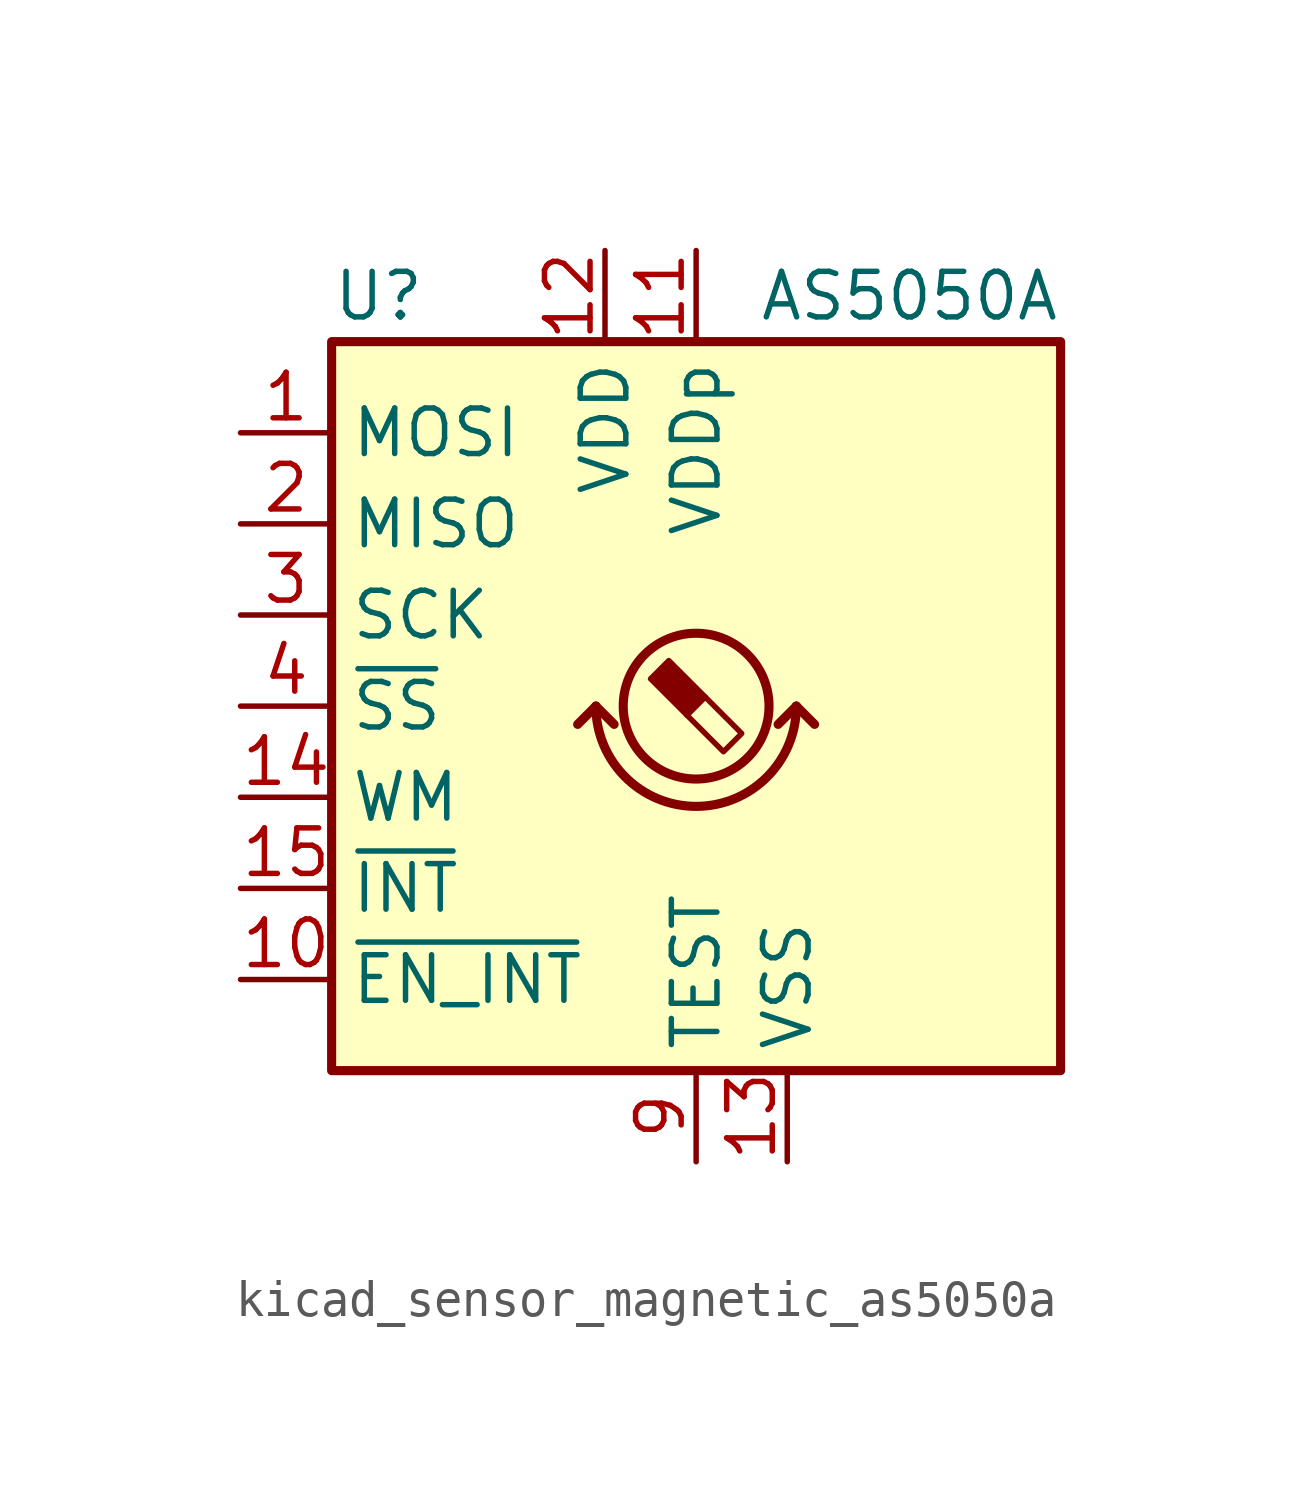
<source format=kicad_sym>
(kicad_symbol_lib
  (version 20220914)
  (generator kicad_symbol_editor)
  (symbol "kicad_sensor_magnetic_as5050a"
    (property "Reference" "U"
      (at -10.16 11.43 0)
      (effects (font (size 1.27 1.27)) (justify left)))
    (property "Value" "AS5050A"
      (at 10.16 11.43 0)
      (effects (font (size 1.27 1.27)) (justify right)))
    (symbol "kicad_sensor_magnetic_as5050a_0_1"
      (rectangle (start -10.16 10.16) (end 10.16 -10.16) (stroke (width 0.254) (type default)) (fill (type background)))
      (arc (start -2.794 0) (mid 0 -2.7819) (end 2.794 0) (stroke (width 0.254) (type default)) (fill (type none)))
      (polyline (pts (xy -2.794 0) (xy -3.302 -0.508)) (stroke (width 0.254) (type default)) (fill (type none)))
      (polyline (pts (xy -2.794 0) (xy -2.286 -0.508)) (stroke (width 0.254) (type default)) (fill (type none)))
      (polyline (pts (xy 2.794 0) (xy 2.286 -0.508)) (stroke (width 0.254) (type default)) (fill (type none)))
      (polyline (pts (xy 2.794 0) (xy 3.302 -0.508)) (stroke (width 0.254) (type default)) (fill (type none))))
    (symbol "kicad_sensor_magnetic_as5050a_1_1"
      (polyline (pts (xy 0.254 0.254) (xy 1.27 -0.762) (xy 0.762 -1.27) (xy -0.254 -0.254)) (stroke (width 0) (type default)) (fill (type none)))
      (polyline (pts (xy -0.762 1.27) (xy 0.254 0.254) (xy -0.254 -0.254) (xy -1.27 0.762) (xy -1.016 1.016) (xy -0.762 1.27) (xy -0.635 1.143)) (stroke (width 0) (type default)) (fill (type outline)))
      (circle (center 0 0) (radius 2.032) (stroke (width 0.254) (type default)) (fill (type none)))
      (pin input line (at -12.7 7.62 0) (length 2.54) (name "MOSI" (effects (font (size 1.27 1.27)))) (number "1" (effects (font (size 1.27 1.27)))))
      (pin input line (at -12.7 -7.62 0) (length 2.54) (name "~{EN_INT}" (effects (font (size 1.27 1.27)))) (number "10" (effects (font (size 1.27 1.27)))))
      (pin power_in line (at 0 12.7 270) (length 2.54) (name "VDDp" (effects (font (size 1.27 1.27)))) (number "11" (effects (font (size 1.27 1.27)))))
      (pin power_in line (at -2.54 12.7 270) (length 2.54) (name "VDD" (effects (font (size 1.27 1.27)))) (number "12" (effects (font (size 1.27 1.27)))))
      (pin power_in line (at 2.54 -12.7 90) (length 2.54) (name "VSS" (effects (font (size 1.27 1.27)))) (number "13" (effects (font (size 1.27 1.27)))))
      (pin input line (at -12.7 -2.54 0) (length 2.54) (name "WM" (effects (font (size 1.27 1.27)))) (number "14" (effects (font (size 1.27 1.27)))))
      (pin output line (at -12.7 -5.08 0) (length 2.54) (name "~{INT}" (effects (font (size 1.27 1.27)))) (number "15" (effects (font (size 1.27 1.27)))))
      (pin no_connect line (at 5.08 -10.16 90) (length 2.54) hide (name "NC" (effects (font (size 1.27 1.27)))) (number "16" (effects (font (size 1.27 1.27)))))
      (pin no_connect line (at 7.62 -10.16 90) (length 2.54) hide (name "NC" (effects (font (size 1.27 1.27)))) (number "17" (effects (font (size 1.27 1.27)))))
      (pin output line (at -12.7 5.08 0) (length 2.54) (name "MISO" (effects (font (size 1.27 1.27)))) (number "2" (effects (font (size 1.27 1.27)))))
      (pin input line (at -12.7 2.54 0) (length 2.54) (name "SCK" (effects (font (size 1.27 1.27)))) (number "3" (effects (font (size 1.27 1.27)))))
      (pin input line (at -12.7 0 0) (length 2.54) (name "~{SS}" (effects (font (size 1.27 1.27)))) (number "4" (effects (font (size 1.27 1.27)))))
      (pin no_connect line (at 10.16 7.62 180) (length 2.54) hide (name "NC" (effects (font (size 1.27 1.27)))) (number "5" (effects (font (size 1.27 1.27)))))
      (pin no_connect line (at 10.16 5.08 180) (length 2.54) hide (name "NC" (effects (font (size 1.27 1.27)))) (number "6" (effects (font (size 1.27 1.27)))))
      (pin no_connect line (at 10.16 2.54 180) (length 2.54) hide (name "NC" (effects (font (size 1.27 1.27)))) (number "7" (effects (font (size 1.27 1.27)))))
      (pin no_connect line (at 10.16 0 180) (length 2.54) hide (name "NC" (effects (font (size 1.27 1.27)))) (number "8" (effects (font (size 1.27 1.27)))))
      (pin passive line (at 0 -12.7 90) (length 2.54) (name "TEST" (effects (font (size 1.27 1.27)))) (number "9" (effects (font (size 1.27 1.27))))))))
</source>
